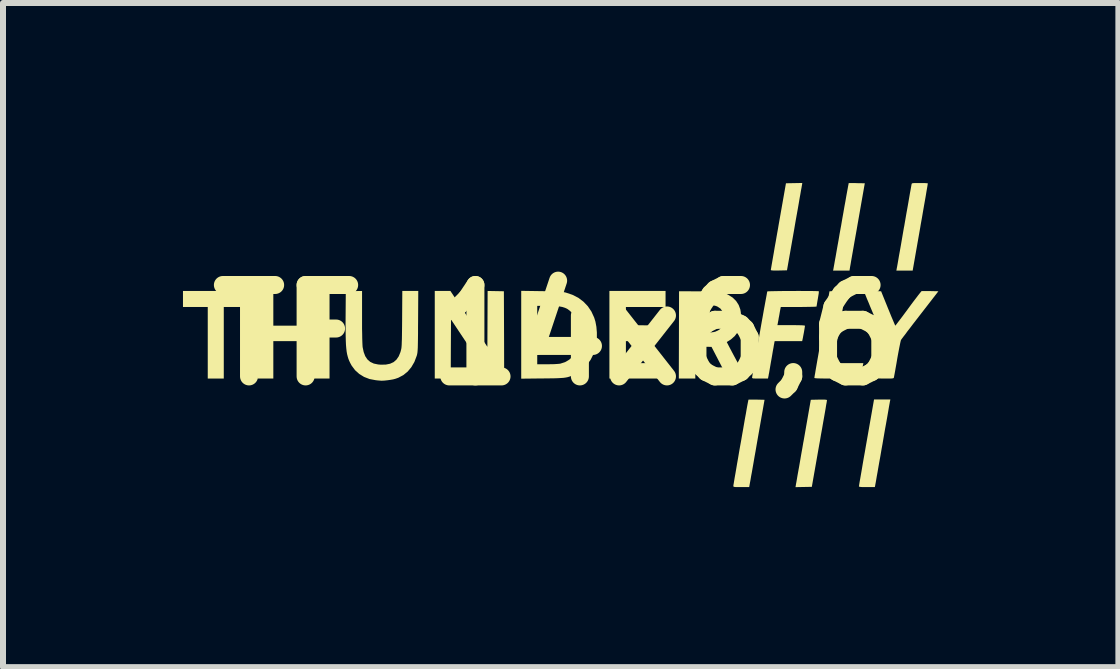
<source format=kicad_pcb>
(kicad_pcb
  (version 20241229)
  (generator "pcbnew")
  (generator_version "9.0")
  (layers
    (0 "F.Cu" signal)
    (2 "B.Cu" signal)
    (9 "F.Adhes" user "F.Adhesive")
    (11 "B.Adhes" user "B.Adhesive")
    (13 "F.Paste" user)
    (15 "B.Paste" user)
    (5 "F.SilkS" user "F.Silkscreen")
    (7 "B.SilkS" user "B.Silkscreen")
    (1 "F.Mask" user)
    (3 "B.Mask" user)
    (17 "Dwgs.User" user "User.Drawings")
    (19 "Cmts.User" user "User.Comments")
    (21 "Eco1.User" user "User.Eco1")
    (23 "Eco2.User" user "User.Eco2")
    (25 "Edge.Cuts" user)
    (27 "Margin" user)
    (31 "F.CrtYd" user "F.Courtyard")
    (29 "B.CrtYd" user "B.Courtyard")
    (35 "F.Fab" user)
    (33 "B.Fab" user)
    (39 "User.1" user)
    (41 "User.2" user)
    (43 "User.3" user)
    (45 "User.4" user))
  (footprint "TF 14x6,6"
    (layer "F.Cu")
    (at 6.217 2.535)
    (property "Reference" "TF 14x6,6" (at 0 0 0) (layer "F.SilkS") (effects (font (size 1.524 1.524) (thickness 0.3))))
    (attr board_only exclude_from_pos_files exclude_from_bom)
    (fp_poly (pts (xy -5.124 -0.468) (xy -5.537 -0.468) (xy -5.537 0.725) (xy -5.804 0.725) (xy -5.804 -0.468) (xy -6.217 -0.468) (xy -6.217 -0.735) (xy -5.124 -0.735)) (stroke (width 0) (type solid)) (fill yes) (layer "F.SilkS"))
    (fp_poly (pts (xy 1.827 -0.468) (xy 1.166 -0.468) (xy 1.166 -0.166) (xy 1.421 -0.163) (xy 1.676 -0.161) (xy 1.681 0.101) (xy 1.166 0.101) (xy 1.166 0.468) (xy 1.846 0.468) (xy 1.846 0.725) (xy 0.891 0.725) (xy 0.891 -0.735) (xy 1.827 -0.735)) (stroke (width 0) (type solid)) (fill yes) (layer "F.SilkS"))
    (fp_poly (pts (xy -3.774 0.725) (xy -4.05 0.725) (xy -4.05 0.101) (xy -4.711 0.101) (xy -4.711 0.725) (xy -4.977 0.725) (xy -4.977 -0.735) (xy -4.711 -0.735) (xy -4.711 -0.156) (xy -4.05 -0.156) (xy -4.048 -0.443) (xy -4.045 -0.73) (xy -3.91 -0.733) (xy -3.774 -0.735)) (stroke (width 0) (type solid)) (fill yes) (layer "F.SilkS"))
    (fp_poly (pts (xy -0.868 -0.73) (xy -0.865 -0.002) (xy -0.863 0.725) (xy -1.093 0.725) (xy -1.421 0.233) (xy -1.749 -0.259) (xy -1.752 0.233) (xy -1.754 0.725) (xy -2.02 0.725) (xy -2.02 -0.735) (xy -1.889 -0.735) (xy -1.759 -0.735) (xy -1.451 -0.27) (xy -1.143 0.196) (xy -1.141 -0.27) (xy -1.139 -0.735)) (stroke (width 0) (type solid)) (fill yes) (layer "F.SilkS"))
    (fp_poly (pts (xy 4.101 -2.5) (xy 4.098 -2.486) (xy 4.093 -2.455) (xy 4.084 -2.409) (xy 4.074 -2.349) (xy 4.061 -2.277) (xy 4.047 -2.194) (xy 4.031 -2.102) (xy 4.013 -2.002) (xy 3.994 -1.896) (xy 3.975 -1.785) (xy 3.973 -1.772) (xy 3.851 -1.079) (xy 3.716 -1.076) (xy 3.661 -1.076) (xy 3.623 -1.076) (xy 3.598 -1.078) (xy 3.585 -1.081) (xy 3.582 -1.086) (xy 3.583 -1.096) (xy 3.588 -1.124) (xy 3.595 -1.166) (xy 3.605 -1.223) (xy 3.617 -1.292) (xy 3.631 -1.372) (xy 3.646 -1.462) (xy 3.664 -1.561) (xy 3.682 -1.666) (xy 3.702 -1.777) (xy 3.708 -1.814) (xy 3.834 -2.53) (xy 4.106 -2.535)) (stroke (width 0) (type solid)) (fill yes) (layer "F.SilkS"))
    (fp_poly (pts (xy 4.477 1.076) (xy 4.501 1.078) (xy 4.514 1.081) (xy 4.518 1.086) (xy 4.516 1.096) (xy 4.512 1.124) (xy 4.504 1.166) (xy 4.495 1.223) (xy 4.483 1.292) (xy 4.469 1.372) (xy 4.453 1.462) (xy 4.436 1.561) (xy 4.417 1.666) (xy 4.398 1.777) (xy 4.391 1.814) (xy 4.265 2.53) (xy 3.993 2.535) (xy 3.999 2.5) (xy 4.001 2.486) (xy 4.007 2.455) (xy 4.015 2.409) (xy 4.025 2.349) (xy 4.038 2.277) (xy 4.053 2.194) (xy 4.069 2.102) (xy 4.086 2.002) (xy 4.105 1.896) (xy 4.124 1.785) (xy 4.127 1.772) (xy 4.248 1.079) (xy 4.383 1.076) (xy 4.438 1.076)) (stroke (width 0) (type solid)) (fill yes) (layer "F.SilkS"))
    (fp_poly (pts (xy 4.951 -2.533) (xy 4.996 -2.533) (xy 5.015 -2.532) (xy 5.148 -2.53) (xy 5.031 -1.864) (xy 5.012 -1.754) (xy 4.993 -1.648) (xy 4.975 -1.548) (xy 4.959 -1.455) (xy 4.944 -1.37) (xy 4.931 -1.296) (xy 4.92 -1.234) (xy 4.912 -1.185) (xy 4.906 -1.152) (xy 4.903 -1.136) (xy 4.893 -1.074) (xy 4.619 -1.074) (xy 4.624 -1.095) (xy 4.626 -1.107) (xy 4.631 -1.136) (xy 4.639 -1.18) (xy 4.649 -1.238) (xy 4.662 -1.308) (xy 4.676 -1.389) (xy 4.692 -1.48) (xy 4.71 -1.579) (xy 4.728 -1.685) (xy 4.748 -1.796) (xy 4.753 -1.822) (xy 4.772 -1.934) (xy 4.791 -2.04) (xy 4.808 -2.139) (xy 4.825 -2.23) (xy 4.839 -2.312) (xy 4.852 -2.383) (xy 4.863 -2.442) (xy 4.871 -2.487) (xy 4.877 -2.517) (xy 4.879 -2.531) (xy 4.88 -2.532) (xy 4.889 -2.533) (xy 4.914 -2.533)) (stroke (width 0) (type solid)) (fill yes) (layer "F.SilkS"))
    (fp_poly (pts (xy 5.57 1.095) (xy 5.567 1.107) (xy 5.562 1.136) (xy 5.554 1.18) (xy 5.544 1.238) (xy 5.532 1.308) (xy 5.518 1.389) (xy 5.502 1.479) (xy 5.484 1.577) (xy 5.466 1.682) (xy 5.447 1.792) (xy 5.446 1.8) (xy 5.426 1.91) (xy 5.408 2.016) (xy 5.39 2.115) (xy 5.374 2.206) (xy 5.36 2.288) (xy 5.347 2.359) (xy 5.337 2.419) (xy 5.329 2.464) (xy 5.323 2.495) (xy 5.321 2.509) (xy 5.321 2.509) (xy 5.315 2.534) (xy 5.183 2.534) (xy 5.128 2.534) (xy 5.089 2.533) (xy 5.065 2.53) (xy 5.053 2.526) (xy 5.05 2.523) (xy 5.052 2.512) (xy 5.056 2.485) (xy 5.063 2.442) (xy 5.073 2.386) (xy 5.085 2.317) (xy 5.099 2.236) (xy 5.114 2.146) (xy 5.131 2.048) (xy 5.15 1.943) (xy 5.169 1.832) (xy 5.176 1.793) (xy 5.302 1.074) (xy 5.574 1.074)) (stroke (width 0) (type solid)) (fill yes) (layer "F.SilkS"))
    (fp_poly (pts (xy 3.279 1.076) (xy 3.324 1.076) (xy 3.344 1.076) (xy 3.477 1.079) (xy 3.364 1.722) (xy 3.345 1.831) (xy 3.327 1.936) (xy 3.309 2.036) (xy 3.293 2.13) (xy 3.278 2.215) (xy 3.265 2.29) (xy 3.253 2.353) (xy 3.245 2.402) (xy 3.239 2.436) (xy 3.236 2.45) (xy 3.221 2.534) (xy 3.089 2.534) (xy 3.037 2.534) (xy 3.001 2.534) (xy 2.978 2.532) (xy 2.965 2.529) (xy 2.959 2.525) (xy 2.957 2.518) (xy 2.957 2.515) (xy 2.958 2.503) (xy 2.963 2.475) (xy 2.97 2.433) (xy 2.979 2.378) (xy 2.991 2.311) (xy 3.004 2.235) (xy 3.018 2.151) (xy 3.034 2.061) (xy 3.05 1.966) (xy 3.067 1.868) (xy 3.085 1.77) (xy 3.102 1.671) (xy 3.119 1.575) (xy 3.135 1.482) (xy 3.15 1.395) (xy 3.165 1.315) (xy 3.177 1.244) (xy 3.188 1.183) (xy 3.197 1.135) (xy 3.204 1.1) (xy 3.208 1.08) (xy 3.209 1.077) (xy 3.218 1.076) (xy 3.243 1.076)) (stroke (width 0) (type solid)) (fill yes) (layer "F.SilkS"))
    (fp_poly (pts (xy 6.113 -2.534) (xy 6.152 -2.533) (xy 6.182 -2.531) (xy 6.197 -2.529) (xy 6.199 -2.528) (xy 6.197 -2.518) (xy 6.193 -2.491) (xy 6.186 -2.449) (xy 6.176 -2.393) (xy 6.165 -2.325) (xy 6.151 -2.245) (xy 6.135 -2.155) (xy 6.118 -2.057) (xy 6.1 -1.952) (xy 6.08 -1.841) (xy 6.073 -1.798) (xy 5.946 -1.074) (xy 5.674 -1.074) (xy 5.679 -1.1) (xy 5.681 -1.113) (xy 5.687 -1.142) (xy 5.695 -1.187) (xy 5.705 -1.245) (xy 5.717 -1.316) (xy 5.732 -1.398) (xy 5.748 -1.488) (xy 5.765 -1.587) (xy 5.783 -1.692) (xy 5.802 -1.802) (xy 5.804 -1.809) (xy 5.823 -1.919) (xy 5.841 -2.024) (xy 5.859 -2.123) (xy 5.875 -2.214) (xy 5.889 -2.296) (xy 5.901 -2.366) (xy 5.912 -2.425) (xy 5.92 -2.47) (xy 5.925 -2.5) (xy 5.928 -2.514) (xy 5.928 -2.514) (xy 5.93 -2.522) (xy 5.935 -2.528) (xy 5.946 -2.531) (xy 5.965 -2.533) (xy 5.995 -2.534) (xy 6.04 -2.534) (xy 6.066 -2.534)) (stroke (width 0) (type solid)) (fill yes) (layer "F.SilkS"))
    (fp_poly (pts (xy 4.783 -0.733) (xy 4.812 -0.732) (xy 4.828 -0.73) (xy 4.83 -0.729) (xy 4.829 -0.719) (xy 4.824 -0.692) (xy 4.817 -0.651) (xy 4.808 -0.598) (xy 4.797 -0.533) (xy 4.784 -0.46) (xy 4.77 -0.38) (xy 4.755 -0.295) (xy 4.74 -0.207) (xy 4.724 -0.117) (xy 4.708 -0.027) (xy 4.693 0.06) (xy 4.678 0.143) (xy 4.665 0.219) (xy 4.652 0.288) (xy 4.642 0.348) (xy 4.633 0.396) (xy 4.627 0.43) (xy 4.623 0.449) (xy 4.623 0.452) (xy 4.622 0.457) (xy 4.625 0.461) (xy 4.634 0.464) (xy 4.651 0.466) (xy 4.677 0.467) (xy 4.714 0.468) (xy 4.765 0.468) (xy 4.832 0.468) (xy 4.871 0.468) (xy 5.124 0.468) (xy 5.12 0.489) (xy 5.116 0.507) (xy 5.111 0.538) (xy 5.104 0.576) (xy 5.101 0.592) (xy 5.094 0.632) (xy 5.088 0.668) (xy 5.083 0.694) (xy 5.082 0.7) (xy 5.077 0.725) (xy 4.692 0.725) (xy 4.594 0.725) (xy 4.513 0.725) (xy 4.447 0.724) (xy 4.396 0.723) (xy 4.358 0.722) (xy 4.331 0.72) (xy 4.315 0.718) (xy 4.308 0.715) (xy 4.307 0.714) (xy 4.309 0.703) (xy 4.313 0.676) (xy 4.321 0.633) (xy 4.33 0.577) (xy 4.342 0.508) (xy 4.356 0.427) (xy 4.372 0.337) (xy 4.389 0.239) (xy 4.408 0.134) (xy 4.427 0.023) (xy 4.434 -0.014) (xy 4.56 -0.73) (xy 4.695 -0.733) (xy 4.742 -0.733)) (stroke (width 0) (type solid)) (fill yes) (layer "F.SilkS"))
    (fp_poly (pts (xy -0.246 -0.732) (xy -0.157 -0.731) (xy -0.084 -0.729) (xy -0.025 -0.728) (xy 0.022 -0.726) (xy 0.059 -0.724) (xy 0.09 -0.722) (xy 0.115 -0.718) (xy 0.138 -0.714) (xy 0.16 -0.709) (xy 0.165 -0.708) (xy 0.275 -0.671) (xy 0.373 -0.621) (xy 0.458 -0.557) (xy 0.531 -0.481) (xy 0.591 -0.392) (xy 0.637 -0.292) (xy 0.658 -0.224) (xy 0.674 -0.138) (xy 0.682 -0.044) (xy 0.682 0.053) (xy 0.674 0.145) (xy 0.662 0.206) (xy 0.627 0.314) (xy 0.578 0.412) (xy 0.516 0.498) (xy 0.441 0.572) (xy 0.354 0.633) (xy 0.309 0.656) (xy 0.277 0.671) (xy 0.248 0.684) (xy 0.221 0.694) (xy 0.193 0.702) (xy 0.163 0.708) (xy 0.127 0.713) (xy 0.084 0.716) (xy 0.032 0.719) (xy -0.031 0.721) (xy -0.108 0.722) (xy -0.201 0.723) (xy -0.223 0.723) (xy -0.579 0.727) (xy -0.579 0.487) (xy -0.312 0.487) (xy -0.143 0.487) (xy -0.085 0.486) (xy -0.03 0.485) (xy 0.018 0.482) (xy 0.056 0.479) (xy 0.075 0.476) (xy 0.153 0.451) (xy 0.222 0.41) (xy 0.28 0.355) (xy 0.326 0.287) (xy 0.36 0.206) (xy 0.372 0.164) (xy 0.381 0.108) (xy 0.385 0.04) (xy 0.385 -0.031) (xy 0.38 -0.101) (xy 0.372 -0.161) (xy 0.368 -0.177) (xy 0.349 -0.24) (xy 0.326 -0.292) (xy 0.296 -0.337) (xy 0.266 -0.372) (xy 0.23 -0.406) (xy 0.194 -0.433) (xy 0.154 -0.453) (xy 0.107 -0.468) (xy 0.052 -0.478) (xy -0.015 -0.484) (xy -0.097 -0.486) (xy -0.135 -0.487) (xy -0.312 -0.487) (xy -0.312 0.487) (xy -0.579 0.487) (xy -0.579 -0.737)) (stroke (width 0) (type solid)) (fill yes) (layer "F.SilkS"))
    (fp_poly (pts (xy 2.374 -0.729) (xy 2.47 -0.729) (xy 2.55 -0.728) (xy 2.616 -0.726) (xy 2.67 -0.724) (xy 2.715 -0.72) (xy 2.752 -0.715) (xy 2.784 -0.707) (xy 2.812 -0.698) (xy 2.84 -0.687) (xy 2.869 -0.673) (xy 2.872 -0.671) (xy 2.945 -0.625) (xy 3.003 -0.568) (xy 3.046 -0.501) (xy 3.073 -0.428) (xy 3.081 -0.381) (xy 3.085 -0.322) (xy 3.085 -0.26) (xy 3.081 -0.2) (xy 3.072 -0.148) (xy 3.066 -0.127) (xy 3.031 -0.05) (xy 2.98 0.017) (xy 2.915 0.074) (xy 2.888 0.091) (xy 2.866 0.105) (xy 2.851 0.114) (xy 2.848 0.116) (xy 2.851 0.124) (xy 2.863 0.147) (xy 2.881 0.182) (xy 2.905 0.228) (xy 2.934 0.283) (xy 2.967 0.345) (xy 3.003 0.412) (xy 3.004 0.414) (xy 3.041 0.482) (xy 3.074 0.545) (xy 3.104 0.601) (xy 3.129 0.648) (xy 3.149 0.684) (xy 3.162 0.708) (xy 3.167 0.718) (xy 3.167 0.718) (xy 3.159 0.72) (xy 3.136 0.723) (xy 3.1 0.724) (xy 3.055 0.725) (xy 3.018 0.725) (xy 2.867 0.725) (xy 2.73 0.461) (xy 2.593 0.197) (xy 2.323 0.192) (xy 2.323 0.725) (xy 2.048 0.725) (xy 2.05 -0.002) (xy 2.05 -0.035) (xy 2.323 -0.035) (xy 2.473 -0.039) (xy 2.54 -0.042) (xy 2.592 -0.045) (xy 2.63 -0.05) (xy 2.657 -0.057) (xy 2.662 -0.059) (xy 2.72 -0.087) (xy 2.762 -0.126) (xy 2.789 -0.175) (xy 2.802 -0.236) (xy 2.804 -0.27) (xy 2.797 -0.338) (xy 2.776 -0.395) (xy 2.742 -0.441) (xy 2.693 -0.474) (xy 2.672 -0.483) (xy 2.647 -0.49) (xy 2.612 -0.495) (xy 2.564 -0.499) (xy 2.501 -0.502) (xy 2.477 -0.503) (xy 2.323 -0.507) (xy 2.323 -0.035) (xy 2.05 -0.035) (xy 2.052 -0.73)) (stroke (width 0) (type solid)) (fill yes) (layer "F.SilkS"))
    (fp_poly (pts (xy -3.232 -0.304) (xy -3.232 -0.2) (xy -3.232 -0.105) (xy -3.23 -0.019) (xy -3.229 0.055) (xy -3.227 0.117) (xy -3.225 0.164) (xy -3.223 0.194) (xy -3.223 0.198) (xy -3.205 0.283) (xy -3.179 0.352) (xy -3.143 0.406) (xy -3.096 0.447) (xy -3.037 0.475) (xy -2.965 0.49) (xy -2.919 0.494) (xy -2.835 0.492) (xy -2.765 0.478) (xy -2.706 0.451) (xy -2.659 0.41) (xy -2.621 0.355) (xy -2.592 0.284) (xy -2.586 0.262) (xy -2.582 0.246) (xy -2.578 0.229) (xy -2.575 0.209) (xy -2.573 0.185) (xy -2.571 0.155) (xy -2.57 0.117) (xy -2.568 0.069) (xy -2.567 0.01) (xy -2.566 -0.062) (xy -2.565 -0.149) (xy -2.564 -0.252) (xy -2.564 -0.269) (xy -2.561 -0.735) (xy -2.295 -0.735) (xy -2.298 -0.227) (xy -2.299 -0.118) (xy -2.299 -0.025) (xy -2.3 0.053) (xy -2.301 0.117) (xy -2.302 0.169) (xy -2.303 0.211) (xy -2.305 0.245) (xy -2.307 0.271) (xy -2.309 0.292) (xy -2.312 0.31) (xy -2.315 0.325) (xy -2.319 0.34) (xy -2.322 0.349) (xy -2.36 0.449) (xy -2.411 0.536) (xy -2.472 0.609) (xy -2.545 0.668) (xy -2.628 0.712) (xy -2.68 0.73) (xy -2.715 0.739) (xy -2.761 0.747) (xy -2.812 0.754) (xy -2.86 0.759) (xy -2.899 0.761) (xy -2.911 0.761) (xy -2.937 0.759) (xy -2.973 0.756) (xy -3.007 0.752) (xy -3.107 0.733) (xy -3.198 0.698) (xy -3.279 0.648) (xy -3.348 0.586) (xy -3.405 0.51) (xy -3.429 0.466) (xy -3.446 0.43) (xy -3.46 0.395) (xy -3.471 0.358) (xy -3.481 0.319) (xy -3.489 0.274) (xy -3.495 0.222) (xy -3.5 0.163) (xy -3.503 0.093) (xy -3.505 0.012) (xy -3.506 -0.082) (xy -3.507 -0.192) (xy -3.506 -0.318) (xy -3.506 -0.321) (xy -3.503 -0.73) (xy -3.368 -0.733) (xy -3.232 -0.735)) (stroke (width 0) (type solid)) (fill yes) (layer "F.SilkS"))
    (fp_poly (pts (xy 6.217 -0.733) (xy 6.239 -0.733) (xy 6.375 -0.73) (xy 6.069 -0.335) (xy 6.011 -0.26) (xy 5.956 -0.189) (xy 5.906 -0.123) (xy 5.86 -0.064) (xy 5.822 -0.012) (xy 5.79 0.029) (xy 5.767 0.06) (xy 5.754 0.078) (xy 5.751 0.083) (xy 5.747 0.097) (xy 5.74 0.127) (xy 5.731 0.171) (xy 5.72 0.226) (xy 5.708 0.289) (xy 5.695 0.359) (xy 5.688 0.399) (xy 5.676 0.471) (xy 5.664 0.538) (xy 5.654 0.596) (xy 5.645 0.645) (xy 5.638 0.682) (xy 5.634 0.704) (xy 5.633 0.709) (xy 5.629 0.716) (xy 5.621 0.72) (xy 5.605 0.723) (xy 5.579 0.725) (xy 5.539 0.725) (xy 5.495 0.725) (xy 5.448 0.725) (xy 5.409 0.724) (xy 5.38 0.723) (xy 5.364 0.721) (xy 5.363 0.72) (xy 5.364 0.71) (xy 5.369 0.684) (xy 5.376 0.644) (xy 5.384 0.592) (xy 5.395 0.531) (xy 5.407 0.462) (xy 5.418 0.399) (xy 5.473 0.085) (xy 5.303 -0.32) (xy 5.269 -0.401) (xy 5.237 -0.477) (xy 5.209 -0.546) (xy 5.183 -0.607) (xy 5.163 -0.657) (xy 5.147 -0.696) (xy 5.137 -0.72) (xy 5.133 -0.73) (xy 5.133 -0.73) (xy 5.142 -0.732) (xy 5.166 -0.733) (xy 5.202 -0.733) (xy 5.247 -0.733) (xy 5.277 -0.733) (xy 5.42 -0.73) (xy 5.536 -0.443) (xy 5.564 -0.375) (xy 5.589 -0.313) (xy 5.612 -0.259) (xy 5.631 -0.214) (xy 5.645 -0.181) (xy 5.654 -0.161) (xy 5.657 -0.157) (xy 5.663 -0.164) (xy 5.679 -0.184) (xy 5.703 -0.216) (xy 5.735 -0.258) (xy 5.773 -0.308) (xy 5.816 -0.366) (xy 5.862 -0.428) (xy 5.872 -0.442) (xy 5.919 -0.506) (xy 5.963 -0.565) (xy 6.003 -0.617) (xy 6.037 -0.662) (xy 6.064 -0.696) (xy 6.083 -0.72) (xy 6.092 -0.731) (xy 6.093 -0.731) (xy 6.105 -0.733) (xy 6.132 -0.733) (xy 6.171 -0.733)) (stroke (width 0) (type solid)) (fill yes) (layer "F.SilkS"))
    (fp_poly (pts (xy 4.153 -0.734) (xy 4.219 -0.734) (xy 4.277 -0.734) (xy 4.324 -0.733) (xy 4.358 -0.732) (xy 4.378 -0.731) (xy 4.382 -0.73) (xy 4.382 -0.719) (xy 4.38 -0.694) (xy 4.374 -0.658) (xy 4.367 -0.615) (xy 4.365 -0.603) (xy 4.357 -0.558) (xy 4.351 -0.52) (xy 4.346 -0.491) (xy 4.344 -0.476) (xy 4.344 -0.475) (xy 4.335 -0.474) (xy 4.31 -0.472) (xy 4.271 -0.471) (xy 4.22 -0.47) (xy 4.159 -0.469) (xy 4.091 -0.468) (xy 4.046 -0.468) (xy 3.748 -0.468) (xy 3.738 -0.42) (xy 3.732 -0.388) (xy 3.725 -0.346) (xy 3.717 -0.301) (xy 3.714 -0.289) (xy 3.708 -0.25) (xy 3.701 -0.216) (xy 3.697 -0.192) (xy 3.696 -0.186) (xy 3.691 -0.165) (xy 3.921 -0.165) (xy 3.995 -0.165) (xy 4.053 -0.164) (xy 4.095 -0.163) (xy 4.125 -0.161) (xy 4.142 -0.159) (xy 4.15 -0.155) (xy 4.151 -0.154) (xy 4.149 -0.141) (xy 4.145 -0.115) (xy 4.139 -0.079) (xy 4.132 -0.038) (xy 4.124 0.003) (xy 4.117 0.041) (xy 4.111 0.07) (xy 4.109 0.08) (xy 4.104 0.101) (xy 3.646 0.101) (xy 3.641 0.122) (xy 3.639 0.136) (xy 3.633 0.166) (xy 3.626 0.209) (xy 3.616 0.262) (xy 3.606 0.322) (xy 3.595 0.386) (xy 3.583 0.453) (xy 3.572 0.517) (xy 3.562 0.575) (xy 3.554 0.623) (xy 3.547 0.658) (xy 3.544 0.677) (xy 3.534 0.725) (xy 3.402 0.725) (xy 3.349 0.725) (xy 3.313 0.724) (xy 3.289 0.723) (xy 3.276 0.719) (xy 3.27 0.715) (xy 3.269 0.711) (xy 3.271 0.699) (xy 3.275 0.671) (xy 3.282 0.628) (xy 3.292 0.573) (xy 3.303 0.506) (xy 3.316 0.43) (xy 3.331 0.346) (xy 3.347 0.256) (xy 3.363 0.161) (xy 3.381 0.063) (xy 3.398 -0.036) (xy 3.415 -0.135) (xy 3.432 -0.231) (xy 3.449 -0.324) (xy 3.464 -0.411) (xy 3.479 -0.491) (xy 3.492 -0.562) (xy 3.503 -0.622) (xy 3.512 -0.67) (xy 3.518 -0.705) (xy 3.522 -0.724) (xy 3.523 -0.727) (xy 3.532 -0.729) (xy 3.558 -0.73) (xy 3.598 -0.731) (xy 3.65 -0.732) (xy 3.711 -0.733) (xy 3.779 -0.734) (xy 3.853 -0.734) (xy 3.929 -0.734) (xy 4.006 -0.735) (xy 4.081 -0.735)) (stroke (width 0) (type solid)) (fill yes) (layer "F.SilkS")))
  (gr_rect
    (start -3 -3)
    (end 15.592 8.07)
    (stroke (width 0.1) (type default))
    (fill no)
    (layer "Edge.Cuts")))
</source>
